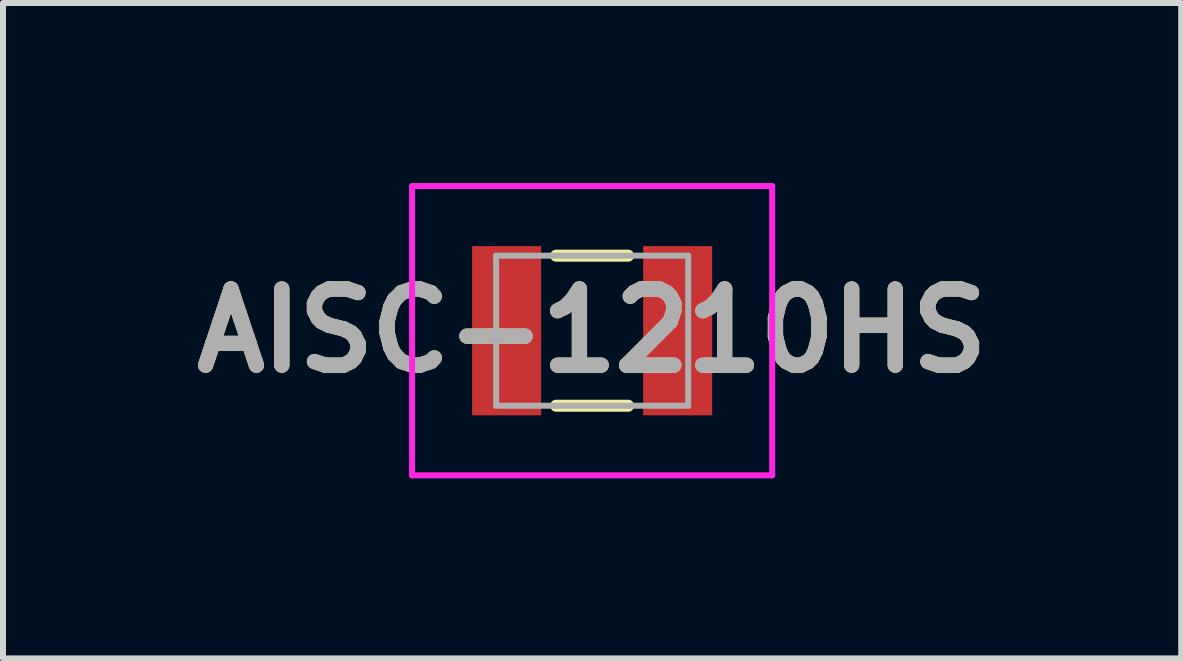
<source format=kicad_pcb>
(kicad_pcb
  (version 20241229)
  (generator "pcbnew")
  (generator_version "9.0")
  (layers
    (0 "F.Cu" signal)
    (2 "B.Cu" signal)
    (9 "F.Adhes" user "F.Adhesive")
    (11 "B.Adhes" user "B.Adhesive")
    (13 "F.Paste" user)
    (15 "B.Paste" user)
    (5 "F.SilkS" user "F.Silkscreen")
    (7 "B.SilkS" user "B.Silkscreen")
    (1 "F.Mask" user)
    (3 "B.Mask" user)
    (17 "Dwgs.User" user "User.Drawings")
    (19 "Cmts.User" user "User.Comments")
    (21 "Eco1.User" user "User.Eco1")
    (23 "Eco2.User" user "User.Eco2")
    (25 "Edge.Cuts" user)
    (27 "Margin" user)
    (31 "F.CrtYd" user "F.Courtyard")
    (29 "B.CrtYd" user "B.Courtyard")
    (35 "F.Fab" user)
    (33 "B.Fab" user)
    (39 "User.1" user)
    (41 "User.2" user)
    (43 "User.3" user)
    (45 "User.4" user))
  (footprint "AISC-1210HS"
    (layer "F.Cu")
    (at 6.816 2.46)
    (property "Reference" "AISC-1210HS" (at 0 0 0) (layer "F.SilkS") (effects (font (size 1.27 1.27) (thickness 0.254))))
    (attr smd)
    (fp_line (start -0.6 -1.25) (end 0.6 -1.25) (stroke (width 0.2) (type solid)) (layer "F.SilkS"))
    (fp_line (start -0.6 1.25) (end 0.6 1.25) (stroke (width 0.2) (type solid)) (layer "F.SilkS"))
    (fp_line (start -3 -2.41) (end 3 -2.41) (stroke (width 0.1) (type solid)) (layer "F.CrtYd"))
    (fp_line (start -3 2.41) (end -3 -2.41) (stroke (width 0.1) (type solid)) (layer "F.CrtYd"))
    (fp_line (start 3 -2.41) (end 3 2.41) (stroke (width 0.1) (type solid)) (layer "F.CrtYd"))
    (fp_line (start 3 2.41) (end -3 2.41) (stroke (width 0.1) (type solid)) (layer "F.CrtYd"))
    (fp_line (start -1.6 -1.25) (end 1.6 -1.25) (stroke (width 0.1) (type solid)) (layer "F.Fab"))
    (fp_line (start -1.6 1.25) (end -1.6 -1.25) (stroke (width 0.1) (type solid)) (layer "F.Fab"))
    (fp_line (start 1.6 -1.25) (end 1.6 1.25) (stroke (width 0.1) (type solid)) (layer "F.Fab"))
    (fp_line (start 1.6 1.25) (end -1.6 1.25) (stroke (width 0.1) (type solid)) (layer "F.Fab"))
    (fp_text user "${REFERENCE}" (at 0 0 0) (layer "F.Fab") (effects (font (size 1.27 1.27) (thickness 0.254))))
    (pad "1" smd rect (at -1.425 0) (size 1.15 2.82) (layers "F.Cu" "F.Mask" "F.Paste"))
    (pad "2" smd rect (at 1.425 0) (size 1.15 2.82) (layers "F.Cu" "F.Mask" "F.Paste")))
  (gr_rect
    (start -3 -3)
    (end 16.631 7.92)
    (stroke (width 0.1) (type default))
    (fill no)
    (layer "Edge.Cuts")))
</source>
